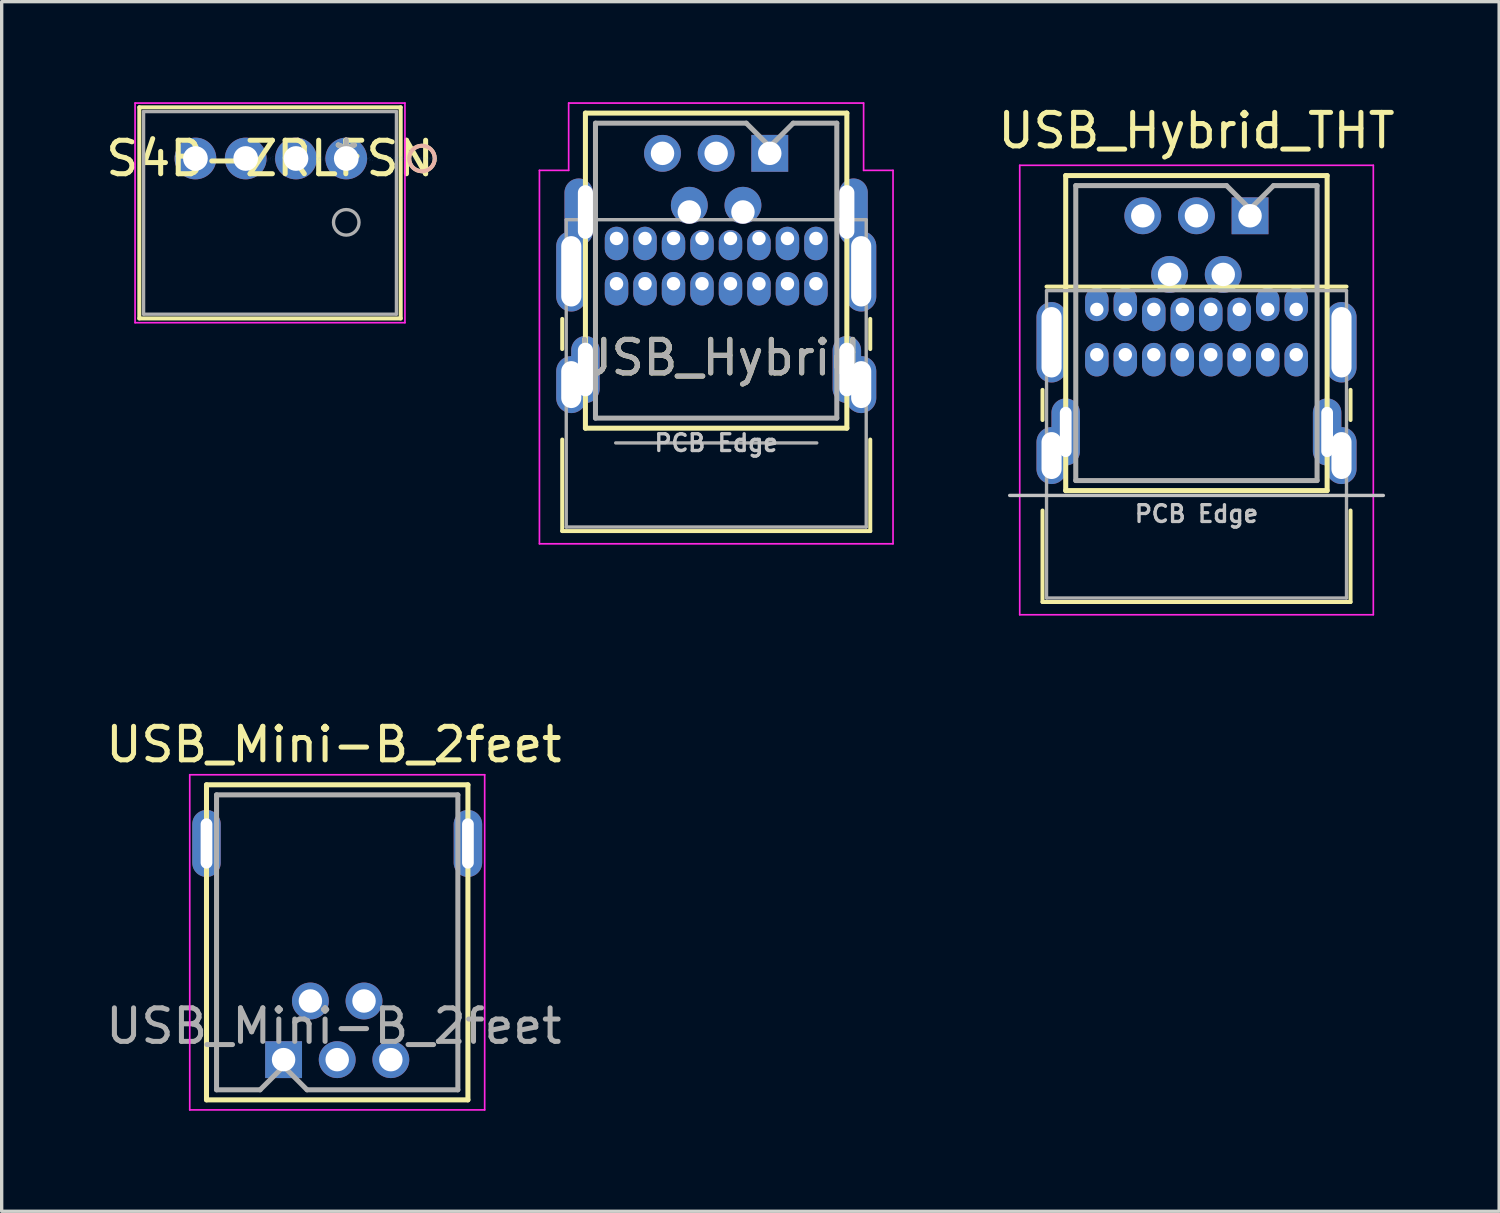
<source format=kicad_pcb>
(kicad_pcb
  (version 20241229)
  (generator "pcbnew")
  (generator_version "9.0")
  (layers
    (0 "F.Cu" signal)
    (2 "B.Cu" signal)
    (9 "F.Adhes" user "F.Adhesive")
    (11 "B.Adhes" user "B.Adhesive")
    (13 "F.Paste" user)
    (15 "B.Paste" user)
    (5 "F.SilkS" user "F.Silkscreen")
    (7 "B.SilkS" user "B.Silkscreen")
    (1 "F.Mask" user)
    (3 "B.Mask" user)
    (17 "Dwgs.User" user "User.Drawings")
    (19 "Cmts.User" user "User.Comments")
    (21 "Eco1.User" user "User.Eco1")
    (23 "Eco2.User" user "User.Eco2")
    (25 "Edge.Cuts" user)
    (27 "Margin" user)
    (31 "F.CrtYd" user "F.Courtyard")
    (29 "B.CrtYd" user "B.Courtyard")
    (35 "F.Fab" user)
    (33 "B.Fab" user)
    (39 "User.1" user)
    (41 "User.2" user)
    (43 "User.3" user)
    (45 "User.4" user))
  (footprint "USB_Hybrid_THT"
    (layer "F.Cu")
    (at 29.675 6.182)
    (property "Reference" "USB_Hybrid_THT" (at 2.975 -5.334 0) (layer "F.SilkS") (effects (font (size 1 1) (thickness 0.15))))
    (attr through_hole)
    (fp_line (start -1.62 2.4) (end -1.62 3.3) (stroke (width 0.12) (type solid)) (layer "F.SilkS"))
    (fp_line (start -1.62 6) (end -1.62 8.73) (stroke (width 0.12) (type solid)) (layer "F.SilkS"))
    (fp_line (start -1.62 8.73) (end 7.57 8.73) (stroke (width 0.12) (type solid)) (layer "F.SilkS"))
    (fp_line (start -1.5 -0.68) (end 7.45 -0.68) (stroke (width 0.12) (type solid)) (layer "F.SilkS"))
    (fp_line (start -0.928 -3.994) (end -0.928 5.406) (stroke (width 0.15) (type solid)) (layer "F.SilkS"))
    (fp_line (start 6.872 -3.994) (end -0.928 -3.994) (stroke (width 0.15) (type solid)) (layer "F.SilkS"))
    (fp_line (start 6.872 5.406) (end -0.928 5.406) (stroke (width 0.15) (type solid)) (layer "F.SilkS"))
    (fp_line (start 6.872 5.406) (end 6.872 -3.994) (stroke (width 0.15) (type solid)) (layer "F.SilkS"))
    (fp_line (start 7.57 2.4) (end 7.57 3.3) (stroke (width 0.12) (type solid)) (layer "F.SilkS"))
    (fp_line (start 7.57 6) (end 7.57 8.73) (stroke (width 0.12) (type solid)) (layer "F.SilkS"))
    (fp_line (start -2.6 5.55) (end 8.55 5.55) (stroke (width 0.1) (type solid)) (layer "Dwgs.User"))
    (fp_line (start -2.3 -4.3) (end -2.3 9.11) (stroke (width 0.05) (type solid)) (layer "F.CrtYd"))
    (fp_line (start -2.3 -4.3) (end 8.25 -4.3) (stroke (width 0.05) (type solid)) (layer "F.CrtYd"))
    (fp_line (start -2.3 9.11) (end 8.25 9.11) (stroke (width 0.05) (type solid)) (layer "F.CrtYd"))
    (fp_line (start 8.25 -4.3) (end 8.25 9.11) (stroke (width 0.05) (type solid)) (layer "F.CrtYd"))
    (fp_line (start -1.5 -0.56) (end -1.5 8.61) (stroke (width 0.1) (type solid)) (layer "F.Fab"))
    (fp_line (start -1.5 -0.56) (end 7.45 -0.56) (stroke (width 0.1) (type solid)) (layer "F.Fab"))
    (fp_line (start -1.5 8.61) (end 7.45 8.61) (stroke (width 0.1) (type solid)) (layer "F.Fab"))
    (fp_line (start -0.628 5.106) (end -0.628 -3.694) (stroke (width 0.15) (type solid)) (layer "F.Fab"))
    (fp_line (start -0.628 5.106) (end 6.572 5.106) (stroke (width 0.15) (type solid)) (layer "F.Fab"))
    (fp_line (start 3.872 -3.694) (end -0.628 -3.694) (stroke (width 0.15) (type solid)) (layer "F.Fab"))
    (fp_line (start 4.572 -2.994) (end 3.872 -3.694) (stroke (width 0.15) (type solid)) (layer "F.Fab"))
    (fp_line (start 5.272 -3.694) (end 4.572 -2.994) (stroke (width 0.15) (type solid)) (layer "F.Fab"))
    (fp_line (start 6.572 -3.694) (end 5.272 -3.694) (stroke (width 0.15) (type solid)) (layer "F.Fab"))
    (fp_line (start 6.572 -3.694) (end 6.572 5.106) (stroke (width 0.15) (type solid)) (layer "F.Fab"))
    (fp_line (start 7.45 -0.56) (end 7.45 8.61) (stroke (width 0.1) (type solid)) (layer "F.Fab"))
    (fp_text user "PCB Edge" (at 2.975 6.1 0) (layer "Dwgs.User") (effects (font (size 0.5 0.5) (thickness 0.1))))
    (pad "" thru_hole oval (at -1.35 0.98) (size 0.9 2.4) (drill oval 0.6 2.1) (layers "*.Cu" "*.Mask"))
    (pad "" thru_hole oval (at -1.35 4.36) (size 0.9 1.7) (drill oval 0.6 1.4) (layers "*.Cu" "*.Mask"))
    (pad "" thru_hole oval (at -0.928 3.656 180) (size 0.85 2) (drill oval 0.35 1.5) (layers "*.Cu" "*.Mask"))
    (pad "" thru_hole oval (at 1.7 1.35) (size 0.7 1) (drill 0.4 (offset 0 0.15)) (layers "*.Cu" "*.Mask"))
    (pad "" thru_hole circle (at 3.772 -1.044 180) (size 1.1 1.1) (drill 0.7) (layers "*.Cu" "*.Mask"))
    (pad "" thru_hole oval (at 4.25 0) (size 0.7 1) (drill 0.4 (offset 0 0.15)) (layers "*.Cu" "*.Mask"))
    (pad "" thru_hole oval (at 6.872 3.656 180) (size 0.85 2) (drill oval 0.35 1.5) (layers "*.Cu" "*.Mask"))
    (pad "" thru_hole oval (at 7.3 0.98) (size 0.9 2.4) (drill oval 0.6 2.1) (layers "*.Cu" "*.Mask"))
    (pad "" thru_hole oval (at 7.3 4.36) (size 0.9 1.7) (drill oval 0.6 1.4) (layers "*.Cu" "*.Mask"))
    (pad "CC1" thru_hole oval (at 1.7 0) (size 0.7 1) (drill 0.4 (offset 0 0.15)) (layers "*.Cu" "*.Mask"))
    (pad "CC2" thru_hole oval (at 4.25 1.35) (size 0.7 1) (drill 0.4 (offset 0 0.15)) (layers "*.Cu" "*.Mask"))
    (pad "D+" thru_hole oval (at 2.55 0) (size 0.7 1) (drill 0.4 (offset 0 0.15)) (layers "*.Cu" "*.Mask"))
    (pad "D+" thru_hole circle (at 2.972 -2.794 180) (size 1.1 1.1) (drill 0.7) (layers "*.Cu" "*.Mask"))
    (pad "D+" thru_hole oval (at 3.4 1.35) (size 0.7 1) (drill 0.4 (offset 0 0.15)) (layers "*.Cu" "*.Mask"))
    (pad "D-" thru_hole circle (at 2.172 -1.044 180) (size 1.1 1.1) (drill 0.7) (layers "*.Cu" "*.Mask"))
    (pad "D-" thru_hole oval (at 2.55 1.35) (size 0.7 1) (drill 0.4 (offset 0 0.15)) (layers "*.Cu" "*.Mask"))
    (pad "D-" thru_hole oval (at 3.4 0) (size 0.7 1) (drill 0.4 (offset 0 0.15)) (layers "*.Cu" "*.Mask"))
    (pad "GND" thru_hole oval (at 0 0) (size 0.7 1) (drill 0.4 (offset 0 -0.15)) (layers "*.Cu" "*.Mask"))
    (pad "GND" thru_hole oval (at 0 1.35) (size 0.7 1) (drill 0.4 (offset 0 0.15)) (layers "*.Cu" "*.Mask"))
    (pad "GND" thru_hole rect (at 4.572 -2.794 180) (size 1.1 1.1) (drill 0.7) (layers "*.Cu" "*.Mask"))
    (pad "GND" thru_hole oval (at 5.95 0) (size 0.7 1) (drill 0.4 (offset 0 -0.15)) (layers "*.Cu" "*.Mask"))
    (pad "GND" thru_hole oval (at 5.95 1.35) (size 0.7 1) (drill 0.4 (offset 0 0.15)) (layers "*.Cu" "*.Mask"))
    (pad "V+" thru_hole oval (at 0.85 0) (size 0.7 1) (drill 0.4 (offset 0 -0.15)) (layers "*.Cu" "*.Mask"))
    (pad "V+" thru_hole oval (at 0.85 1.35) (size 0.7 1) (drill 0.4 (offset 0 0.15)) (layers "*.Cu" "*.Mask"))
    (pad "V+" thru_hole circle (at 1.372 -2.794 180) (size 1.1 1.1) (drill 0.7) (layers "*.Cu" "*.Mask"))
    (pad "V+" thru_hole oval (at 5.1 0) (size 0.7 1) (drill 0.4 (offset 0 -0.15)) (layers "*.Cu" "*.Mask"))
    (pad "V+" thru_hole oval (at 5.1 1.35) (size 0.7 1) (drill 0.4 (offset 0 0.15)) (layers "*.Cu" "*.Mask")))
  (footprint "USB_Mini-B_2feet"
    (layer "F.Cu")
    (at 5.411 28.566)
    (property "Reference" "USB_Mini-B_2feet" (at 1.5 -9.4 0) (layer "F.SilkS") (effects (font (size 1 1) (thickness 0.15))))
    (attr through_hole)
    (fp_line (start -2.3 -8.2) (end -2.3 1.2) (stroke (width 0.15) (type solid)) (layer "F.SilkS"))
    (fp_line (start -2.3 -8.2) (end 5.5 -8.2) (stroke (width 0.15) (type solid)) (layer "F.SilkS"))
    (fp_line (start -2.3 1.2) (end 5.5 1.2) (stroke (width 0.15) (type solid)) (layer "F.SilkS"))
    (fp_line (start 5.5 1.2) (end 5.5 -8.2) (stroke (width 0.15) (type solid)) (layer "F.SilkS"))
    (fp_line (start -2.8 -8.5) (end -2.8 1.5) (stroke (width 0.05) (type solid)) (layer "F.CrtYd"))
    (fp_line (start -2.8 1.5) (end 6 1.5) (stroke (width 0.05) (type solid)) (layer "F.CrtYd"))
    (fp_line (start 6 -8.5) (end -2.8 -8.5) (stroke (width 0.05) (type solid)) (layer "F.CrtYd"))
    (fp_line (start 6 1.5) (end 6 -8.5) (stroke (width 0.05) (type solid)) (layer "F.CrtYd"))
    (fp_line (start -2 0.9) (end -2 -7.9) (stroke (width 0.15) (type solid)) (layer "F.Fab"))
    (fp_line (start -2 0.9) (end -0.7 0.9) (stroke (width 0.15) (type solid)) (layer "F.Fab"))
    (fp_line (start -0.7 0.9) (end 0 0.2) (stroke (width 0.15) (type solid)) (layer "F.Fab"))
    (fp_line (start 0 0.2) (end 0.7 0.9) (stroke (width 0.15) (type solid)) (layer "F.Fab"))
    (fp_line (start 0.7 0.9) (end 5.2 0.9) (stroke (width 0.15) (type solid)) (layer "F.Fab"))
    (fp_line (start 5.2 -7.9) (end -2 -7.9) (stroke (width 0.15) (type solid)) (layer "F.Fab"))
    (fp_line (start 5.2 -7.9) (end 5.2 0.9) (stroke (width 0.15) (type solid)) (layer "F.Fab"))
    (fp_text user "${REFERENCE}" (at 1.5 -1 0) (layer "F.Fab") (effects (font (size 1 1) (thickness 0.15))))
    (pad "" thru_hole oval (at -2.3 -6.45) (size 0.85 2) (drill oval 0.35 1.5) (layers "*.Cu" "*.Mask"))
    (pad "" thru_hole oval (at 5.5 -6.45) (size 0.85 2) (drill oval 0.35 1.5) (layers "*.Cu" "*.Mask"))
    (pad "1" thru_hole circle (at 3.2 0) (size 1.1 1.1) (drill 0.7) (layers "*.Cu" "*.Mask"))
    (pad "2" thru_hole circle (at 2.4 -1.75) (size 1.1 1.1) (drill 0.7) (layers "*.Cu" "*.Mask"))
    (pad "3" thru_hole circle (at 1.6 0) (size 1.1 1.1) (drill 0.7) (layers "*.Cu" "*.Mask"))
    (pad "4" thru_hole circle (at 0.8 -1.75) (size 1.1 1.1) (drill 0.7) (layers "*.Cu" "*.Mask"))
    (pad "5" thru_hole rect (at 0 0) (size 1.1 1.1) (drill 0.7) (layers "*.Cu" "*.Mask")))
  (footprint "USB_Hybrid"
    (layer "F.Cu")
    (at 15.345 4.065)
    (property "Reference" "USB_Hybrid" (at 3.048 3.556 0) (layer "F.SilkS") (effects (font (size 1 1) (thickness 0.15))))
    (attr through_hole)
    (fp_line (start -1.62 2.4) (end -1.62 3.3) (stroke (width 0.12) (type solid)) (layer "F.SilkS"))
    (fp_line (start -1.62 6) (end -1.62 8.73) (stroke (width 0.12) (type solid)) (layer "F.SilkS"))
    (fp_line (start -1.62 8.73) (end 7.57 8.73) (stroke (width 0.12) (type solid)) (layer "F.SilkS"))
    (fp_line (start -0.928 -3.74) (end -0.928 5.66) (stroke (width 0.15) (type solid)) (layer "F.SilkS"))
    (fp_line (start 6.872 -3.74) (end -0.928 -3.74) (stroke (width 0.15) (type solid)) (layer "F.SilkS"))
    (fp_line (start 6.872 5.66) (end -0.928 5.66) (stroke (width 0.15) (type solid)) (layer "F.SilkS"))
    (fp_line (start 6.872 5.66) (end 6.872 -3.74) (stroke (width 0.15) (type solid)) (layer "F.SilkS"))
    (fp_line (start 7.57 2.4) (end 7.57 3.3) (stroke (width 0.12) (type solid)) (layer "F.SilkS"))
    (fp_line (start 7.57 6) (end 7.57 8.73) (stroke (width 0.12) (type solid)) (layer "F.SilkS"))
    (fp_line (start -2.3 -2.032) (end -2.3 9.11) (stroke (width 0.05) (type solid)) (layer "F.CrtYd"))
    (fp_line (start -2.3 -2.032) (end -1.428 -2.032) (stroke (width 0.05) (type solid)) (layer "F.CrtYd"))
    (fp_line (start -2.3 9.11) (end 8.25 9.11) (stroke (width 0.05) (type solid)) (layer "F.CrtYd"))
    (fp_line (start -1.428 -4.04) (end -1.428 -2.032) (stroke (width 0.05) (type solid)) (layer "F.CrtYd"))
    (fp_line (start 7.372 -4.04) (end -1.428 -4.04) (stroke (width 0.05) (type solid)) (layer "F.CrtYd"))
    (fp_line (start 7.372 -2.032) (end 7.372 -4.04) (stroke (width 0.05) (type solid)) (layer "F.CrtYd"))
    (fp_line (start 7.372 -2.032) (end 8.25 -2.032) (stroke (width 0.05) (type solid)) (layer "F.CrtYd"))
    (fp_line (start 8.25 -2.032) (end 8.25 9.11) (stroke (width 0.05) (type solid)) (layer "F.CrtYd"))
    (fp_line (start -1.5 -0.56) (end -1.5 8.61) (stroke (width 0.1) (type solid)) (layer "F.Fab"))
    (fp_line (start -1.5 -0.56) (end 7.45 -0.56) (stroke (width 0.1) (type solid)) (layer "F.Fab"))
    (fp_line (start -1.5 8.61) (end 7.45 8.61) (stroke (width 0.1) (type solid)) (layer "F.Fab"))
    (fp_line (start -0.628 5.36) (end -0.628 -3.44) (stroke (width 0.15) (type solid)) (layer "F.Fab"))
    (fp_line (start -0.628 5.36) (end 6.572 5.36) (stroke (width 0.15) (type solid)) (layer "F.Fab"))
    (fp_line (start -0.025 6.1) (end 5.975 6.1) (stroke (width 0.1) (type solid)) (layer "F.Fab"))
    (fp_line (start 3.872 -3.44) (end -0.628 -3.44) (stroke (width 0.15) (type solid)) (layer "F.Fab"))
    (fp_line (start 4.572 -2.74) (end 3.872 -3.44) (stroke (width 0.15) (type solid)) (layer "F.Fab"))
    (fp_line (start 5.272 -3.44) (end 4.572 -2.74) (stroke (width 0.15) (type solid)) (layer "F.Fab"))
    (fp_line (start 6.572 -3.44) (end 5.272 -3.44) (stroke (width 0.15) (type solid)) (layer "F.Fab"))
    (fp_line (start 6.572 -3.44) (end 6.572 5.36) (stroke (width 0.15) (type solid)) (layer "F.Fab"))
    (fp_line (start 7.45 -0.56) (end 7.45 8.61) (stroke (width 0.1) (type solid)) (layer "F.Fab"))
    (fp_text user "PCB Edge" (at 2.975 6.1 0) (layer "Dwgs.User") (effects (font (size 0.5 0.5) (thickness 0.1))))
    (fp_text user "${REFERENCE}" (at 3.048 3.556 0) (layer "F.Fab") (effects (font (size 1 1) (thickness 0.15))))
    (pad "" thru_hole oval (at 1.7 1.35) (size 0.7 1) (drill 0.4 (offset 0 0.15)) (layers "*.Cu" "*.Mask"))
    (pad "" thru_hole oval (at 3.772 -0.79 180) (size 1.1 1.1) (drill 0.7 (offset 0 0.2)) (layers "*.Cu" "*.Mask"))
    (pad "" thru_hole oval (at 4.25 0) (size 0.7 0.9) (drill 0.4 (offset 0 0.2)) (layers "*.Cu" "*.Mask"))
    (pad "CC1" thru_hole oval (at 1.7 0) (size 0.7 0.9) (drill 0.4 (offset 0 0.2)) (layers "*.Cu" "*.Mask"))
    (pad "CC2" thru_hole oval (at 4.25 1.35) (size 0.7 1) (drill 0.4 (offset 0 0.15)) (layers "*.Cu" "*.Mask"))
    (pad "D+" thru_hole oval (at 2.55 0) (size 0.7 0.9) (drill 0.4 (offset 0 0.2)) (layers "*.Cu" "*.Mask"))
    (pad "D+" thru_hole circle (at 2.972 -2.54 180) (size 1.1 1.1) (drill 0.7) (layers "*.Cu" "*.Mask"))
    (pad "D+" thru_hole oval (at 3.4 1.35) (size 0.7 1) (drill 0.4 (offset 0 0.15)) (layers "*.Cu" "*.Mask"))
    (pad "D-" thru_hole oval (at 2.172 -0.79 180) (size 1.1 1.1) (drill 0.7 (offset 0 0.2)) (layers "*.Cu" "*.Mask"))
    (pad "D-" thru_hole oval (at 2.55 1.35) (size 0.7 1) (drill 0.4 (offset 0 0.15)) (layers "*.Cu" "*.Mask"))
    (pad "D-" thru_hole oval (at 3.4 0) (size 0.7 0.9) (drill 0.4 (offset 0 0.2)) (layers "*.Cu" "*.Mask"))
    (pad "GND" thru_hole oval (at 0 0) (size 0.7 1) (drill 0.4 (offset 0 0.15)) (layers "*.Cu" "*.Mask"))
    (pad "GND" thru_hole oval (at 0 1.35) (size 0.7 1) (drill 0.4 (offset 0 0.15)) (layers "*.Cu" "*.Mask"))
    (pad "GND" thru_hole rect (at 4.572 -2.54 180) (size 1.1 1.1) (drill 0.7) (layers "*.Cu" "*.Mask"))
    (pad "GND" thru_hole oval (at 5.95 0) (size 0.7 1) (drill 0.4 (offset 0 0.15)) (layers "*.Cu" "*.Mask"))
    (pad "GND" thru_hole oval (at 5.95 1.35) (size 0.7 1) (drill 0.4 (offset 0 0.15)) (layers "*.Cu" "*.Mask"))
    (pad "S1" thru_hole oval (at -1.35 0.98) (size 0.9 2.4) (drill oval 0.6 2.1) (layers "*.Cu" "*.Mask"))
    (pad "S1" thru_hole oval (at -0.928 -0.79 180) (size 0.85 2) (drill oval 0.45 1.6 (offset 0.2 0)) (layers "*.Cu" "*.Mask"))
    (pad "S2" thru_hole oval (at 6.872 -0.79 180) (size 0.85 2) (drill oval 0.45 1.6 (offset -0.2 0)) (layers "*.Cu" "*.Mask"))
    (pad "S2" thru_hole oval (at 7.3 0.98) (size 0.9 2.4) (drill oval 0.6 2.1) (layers "*.Cu" "*.Mask"))
    (pad "S3" thru_hole oval (at -1.35 4.36) (size 0.9 1.7) (drill oval 0.6 1.4) (layers "*.Cu" "*.Mask"))
    (pad "S3" thru_hole oval (at -0.928 3.91 180) (size 0.85 2) (drill oval 0.45 1.6) (layers "*.Cu" "*.Mask"))
    (pad "S4" thru_hole oval (at 6.872 3.91 180) (size 0.85 2) (drill oval 0.45 1.6) (layers "*.Cu" "*.Mask"))
    (pad "S4" thru_hole oval (at 7.3 4.36) (size 0.9 1.7) (drill oval 0.6 1.4) (layers "*.Cu" "*.Mask"))
    (pad "V+" thru_hole oval (at 0.85 0) (size 0.7 1) (drill 0.4 (offset 0 0.15)) (layers "*.Cu" "*.Mask"))
    (pad "V+" thru_hole oval (at 0.85 1.35) (size 0.7 1) (drill 0.4 (offset 0 0.15)) (layers "*.Cu" "*.Mask"))
    (pad "V+" thru_hole circle (at 1.372 -2.54 180) (size 1.1 1.1) (drill 0.7) (layers "*.Cu" "*.Mask"))
    (pad "V+" thru_hole oval (at 5.1 0) (size 0.7 1) (drill 0.4 (offset 0 0.15)) (layers "*.Cu" "*.Mask"))
    (pad "V+" thru_hole oval (at 5.1 1.35) (size 0.7 1) (drill 0.4 (offset 0 0.15)) (layers "*.Cu" "*.Mask")))
  (footprint "S4B-ZRLFSN"
    (layer "F.Cu")
    (at 7.281 1.679)
    (property "Reference" "S4B-ZRLFSN" (at -2.275 0 0) (layer "F.SilkS") (effects (font (size 1 1) (thickness 0.15))))
    (attr through_hole)
    (fp_line (start -6.174 -1.527) (end -6.174 4.772) (stroke (width 0.12) (type solid)) (layer "F.SilkS"))
    (fp_line (start -6.174 4.772) (end 1.624 4.772) (stroke (width 0.12) (type solid)) (layer "F.SilkS"))
    (fp_line (start 1.624 -1.527) (end -6.174 -1.527) (stroke (width 0.12) (type solid)) (layer "F.SilkS"))
    (fp_line (start 1.624 4.772) (end 1.624 -1.527) (stroke (width 0.12) (type solid)) (layer "F.SilkS"))
    (fp_circle (center 2.259 0) (end 2.64 0) (stroke (width 0.12) (type solid)) (fill no) (layer "F.SilkS"))
    (fp_circle (center 2.259 0) (end 2.64 0) (stroke (width 0.12) (type solid)) (fill no) (layer "B.SilkS"))
    (fp_line (start -6.301 -1.654) (end -6.301 4.899) (stroke (width 0.05) (type solid)) (layer "F.CrtYd"))
    (fp_line (start -6.301 4.899) (end 1.751 4.899) (stroke (width 0.05) (type solid)) (layer "F.CrtYd"))
    (fp_line (start 1.751 -1.654) (end -6.301 -1.654) (stroke (width 0.05) (type solid)) (layer "F.CrtYd"))
    (fp_line (start 1.751 4.899) (end 1.751 -1.654) (stroke (width 0.05) (type solid)) (layer "F.CrtYd"))
    (fp_line (start -6.047 -1.4) (end -6.047 4.645) (stroke (width 0.1) (type solid)) (layer "F.Fab"))
    (fp_line (start -6.047 4.645) (end 1.497 4.645) (stroke (width 0.1) (type solid)) (layer "F.Fab"))
    (fp_line (start 1.497 -1.4) (end -6.047 -1.4) (stroke (width 0.1) (type solid)) (layer "F.Fab"))
    (fp_line (start 1.497 4.645) (end 1.497 -1.4) (stroke (width 0.1) (type solid)) (layer "F.Fab"))
    (fp_circle (center 0 1.905) (end 0.381 1.905) (stroke (width 0.1) (type solid)) (fill no) (layer "F.Fab"))
    (fp_text user "*" (at 0 0 0) (layer "F.SilkS") (effects (font (size 1 1) (thickness 0.15))))
    (fp_text user "Copyright 2021 Accelerated Designs. All rights reserved." (at 0 0 0) (layer "Cmts.User") (effects (font (size 0.127 0.127) (thickness 0.002))))
    (fp_text user "*" (at 0 0 0) (layer "F.Fab") (effects (font (size 1 1) (thickness 0.15))))
    (pad "1" thru_hole circle (at 0 0) (size 1.245 1.245) (drill 0.737) (layers "*.Cu" "*.Mask"))
    (pad "2" thru_hole circle (at -1.5 0) (size 1.245 1.245) (drill 0.737) (layers "*.Cu" "*.Mask"))
    (pad "3" thru_hole circle (at -3 0) (size 1.245 1.245) (drill 0.737) (layers "*.Cu" "*.Mask"))
    (pad "4" thru_hole circle (at -4.5 0) (size 1.245 1.245) (drill 0.737) (layers "*.Cu" "*.Mask")))
  (gr_rect
    (start -3 -3)
    (end 41.679 33.09)
    (stroke (width 0.1) (type default))
    (fill no)
    (layer "Edge.Cuts")))
</source>
